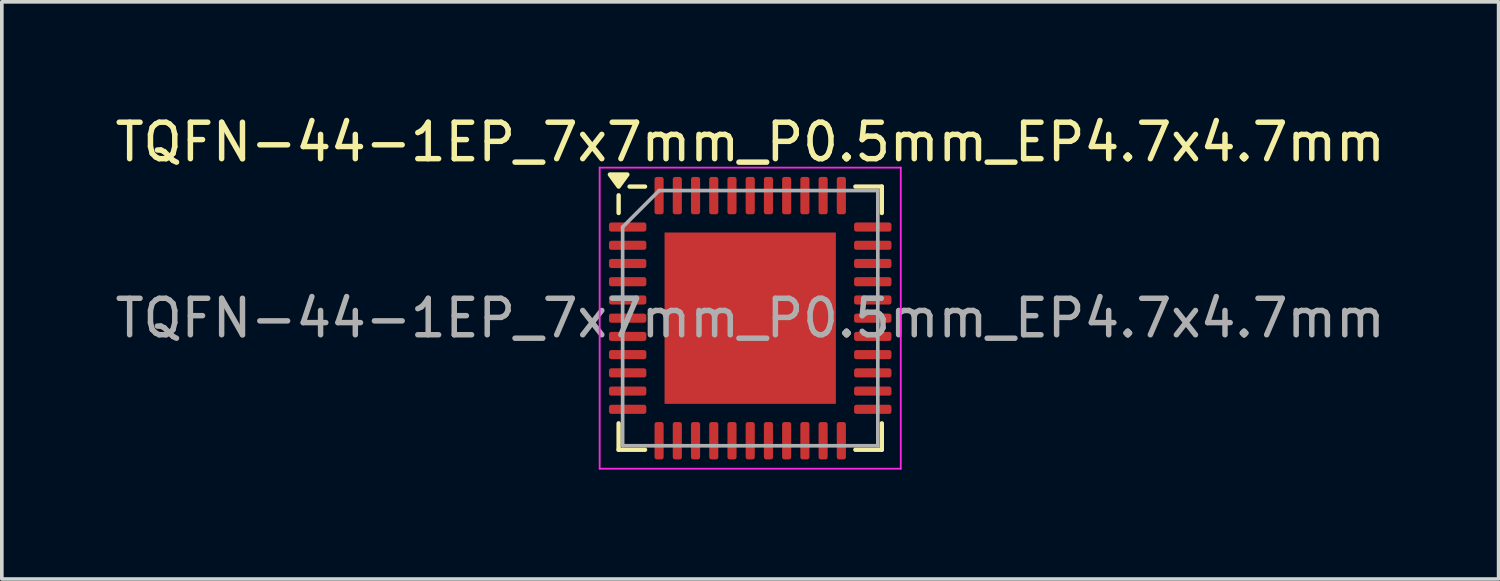
<source format=kicad_pcb>
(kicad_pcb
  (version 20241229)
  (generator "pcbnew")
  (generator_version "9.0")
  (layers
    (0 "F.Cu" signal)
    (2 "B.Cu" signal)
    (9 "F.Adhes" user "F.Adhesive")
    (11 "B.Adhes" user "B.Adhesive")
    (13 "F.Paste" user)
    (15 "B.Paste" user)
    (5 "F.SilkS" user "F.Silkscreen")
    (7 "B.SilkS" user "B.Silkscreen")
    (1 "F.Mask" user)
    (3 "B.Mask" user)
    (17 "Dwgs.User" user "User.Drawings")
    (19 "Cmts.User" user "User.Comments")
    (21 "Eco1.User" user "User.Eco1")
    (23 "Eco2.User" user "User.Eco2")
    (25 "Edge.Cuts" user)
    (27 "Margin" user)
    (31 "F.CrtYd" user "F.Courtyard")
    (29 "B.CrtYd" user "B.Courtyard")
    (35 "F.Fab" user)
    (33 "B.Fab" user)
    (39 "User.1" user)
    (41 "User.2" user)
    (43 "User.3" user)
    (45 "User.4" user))
  (footprint "TQFN-44-1EP_7x7mm_P0.5mm_EP4.7x4.7mm"
    (layer "F.Cu")
    (at 17.53 5.678)
    (property "Reference" "TQFN-44-1EP_7x7mm_P0.5mm_EP4.7x4.7mm" (at 0 -4.83 0) (layer "F.SilkS") (effects (font (size 1 1) (thickness 0.15))))
    (attr smd)
    (fp_line (start -3.61 -2.885) (end -3.61 -3.37) (stroke (width 0.12) (type solid)) (layer "F.SilkS"))
    (fp_line (start -3.61 3.61) (end -3.61 2.885) (stroke (width 0.12) (type solid)) (layer "F.SilkS"))
    (fp_line (start -2.885 -3.61) (end -3.31 -3.61) (stroke (width 0.12) (type solid)) (layer "F.SilkS"))
    (fp_line (start -2.885 3.61) (end -3.61 3.61) (stroke (width 0.12) (type solid)) (layer "F.SilkS"))
    (fp_line (start 2.885 -3.61) (end 3.61 -3.61) (stroke (width 0.12) (type solid)) (layer "F.SilkS"))
    (fp_line (start 2.885 3.61) (end 3.61 3.61) (stroke (width 0.12) (type solid)) (layer "F.SilkS"))
    (fp_line (start 3.61 -3.61) (end 3.61 -2.885) (stroke (width 0.12) (type solid)) (layer "F.SilkS"))
    (fp_line (start 3.61 3.61) (end 3.61 2.885) (stroke (width 0.12) (type solid)) (layer "F.SilkS"))
    (fp_poly (pts (xy -3.61 -3.61) (xy -3.85 -3.94) (xy -3.37 -3.94) (xy -3.61 -3.61)) (stroke (width 0.12) (type solid)) (fill yes) (layer "F.SilkS"))
    (fp_line (start -4.13 -4.13) (end -4.13 4.13) (stroke (width 0.05) (type solid)) (layer "F.CrtYd"))
    (fp_line (start -4.13 4.13) (end 4.13 4.13) (stroke (width 0.05) (type solid)) (layer "F.CrtYd"))
    (fp_line (start 4.13 -4.13) (end -4.13 -4.13) (stroke (width 0.05) (type solid)) (layer "F.CrtYd"))
    (fp_line (start 4.13 4.13) (end 4.13 -4.13) (stroke (width 0.05) (type solid)) (layer "F.CrtYd"))
    (fp_line (start -3.5 -2.5) (end -2.5 -3.5) (stroke (width 0.1) (type solid)) (layer "F.Fab"))
    (fp_line (start -3.5 3.5) (end -3.5 -2.5) (stroke (width 0.1) (type solid)) (layer "F.Fab"))
    (fp_line (start -2.5 -3.5) (end 3.5 -3.5) (stroke (width 0.1) (type solid)) (layer "F.Fab"))
    (fp_line (start 3.5 -3.5) (end 3.5 3.5) (stroke (width 0.1) (type solid)) (layer "F.Fab"))
    (fp_line (start 3.5 3.5) (end -3.5 3.5) (stroke (width 0.1) (type solid)) (layer "F.Fab"))
    (fp_text user "${REFERENCE}" (at 0 0 0) (layer "F.Fab") (effects (font (size 1 1) (thickness 0.15))))
    (pad "" smd roundrect (at -1.57 -1.57) (size 1.26 1.26) (layers "F.Paste") (roundrect_rratio 0.198))
    (pad "" smd roundrect (at -1.57 0) (size 1.26 1.26) (layers "F.Paste") (roundrect_rratio 0.198))
    (pad "" smd roundrect (at -1.57 1.57) (size 1.26 1.26) (layers "F.Paste") (roundrect_rratio 0.198))
    (pad "" smd roundrect (at 0 -1.57) (size 1.26 1.26) (layers "F.Paste") (roundrect_rratio 0.198))
    (pad "" smd roundrect (at 0 0) (size 1.26 1.26) (layers "F.Paste") (roundrect_rratio 0.198))
    (pad "" smd roundrect (at 0 1.57) (size 1.26 1.26) (layers "F.Paste") (roundrect_rratio 0.198))
    (pad "" smd roundrect (at 1.57 -1.57) (size 1.26 1.26) (layers "F.Paste") (roundrect_rratio 0.198))
    (pad "" smd roundrect (at 1.57 0) (size 1.26 1.26) (layers "F.Paste") (roundrect_rratio 0.198))
    (pad "" smd roundrect (at 1.57 1.57) (size 1.26 1.26) (layers "F.Paste") (roundrect_rratio 0.198))
    (pad "1" smd roundrect (at -3.362 -2.5) (size 1.025 0.25) (layers "F.Cu" "F.Mask" "F.Paste") (roundrect_rratio 0.25))
    (pad "2" smd roundrect (at -3.362 -2) (size 1.025 0.25) (layers "F.Cu" "F.Mask" "F.Paste") (roundrect_rratio 0.25))
    (pad "3" smd roundrect (at -3.362 -1.5) (size 1.025 0.25) (layers "F.Cu" "F.Mask" "F.Paste") (roundrect_rratio 0.25))
    (pad "4" smd roundrect (at -3.362 -1) (size 1.025 0.25) (layers "F.Cu" "F.Mask" "F.Paste") (roundrect_rratio 0.25))
    (pad "5" smd roundrect (at -3.362 -0.5) (size 1.025 0.25) (layers "F.Cu" "F.Mask" "F.Paste") (roundrect_rratio 0.25))
    (pad "6" smd roundrect (at -3.362 0) (size 1.025 0.25) (layers "F.Cu" "F.Mask" "F.Paste") (roundrect_rratio 0.25))
    (pad "7" smd roundrect (at -3.362 0.5) (size 1.025 0.25) (layers "F.Cu" "F.Mask" "F.Paste") (roundrect_rratio 0.25))
    (pad "8" smd roundrect (at -3.362 1) (size 1.025 0.25) (layers "F.Cu" "F.Mask" "F.Paste") (roundrect_rratio 0.25))
    (pad "9" smd roundrect (at -3.362 1.5) (size 1.025 0.25) (layers "F.Cu" "F.Mask" "F.Paste") (roundrect_rratio 0.25))
    (pad "10" smd roundrect (at -3.362 2) (size 1.025 0.25) (layers "F.Cu" "F.Mask" "F.Paste") (roundrect_rratio 0.25))
    (pad "11" smd roundrect (at -3.362 2.5) (size 1.025 0.25) (layers "F.Cu" "F.Mask" "F.Paste") (roundrect_rratio 0.25))
    (pad "12" smd roundrect (at -2.5 3.362) (size 0.25 1.025) (layers "F.Cu" "F.Mask" "F.Paste") (roundrect_rratio 0.25))
    (pad "13" smd roundrect (at -2 3.362) (size 0.25 1.025) (layers "F.Cu" "F.Mask" "F.Paste") (roundrect_rratio 0.25))
    (pad "14" smd roundrect (at -1.5 3.362) (size 0.25 1.025) (layers "F.Cu" "F.Mask" "F.Paste") (roundrect_rratio 0.25))
    (pad "15" smd roundrect (at -1 3.362) (size 0.25 1.025) (layers "F.Cu" "F.Mask" "F.Paste") (roundrect_rratio 0.25))
    (pad "16" smd roundrect (at -0.5 3.362) (size 0.25 1.025) (layers "F.Cu" "F.Mask" "F.Paste") (roundrect_rratio 0.25))
    (pad "17" smd roundrect (at 0 3.362) (size 0.25 1.025) (layers "F.Cu" "F.Mask" "F.Paste") (roundrect_rratio 0.25))
    (pad "18" smd roundrect (at 0.5 3.362) (size 0.25 1.025) (layers "F.Cu" "F.Mask" "F.Paste") (roundrect_rratio 0.25))
    (pad "19" smd roundrect (at 1 3.362) (size 0.25 1.025) (layers "F.Cu" "F.Mask" "F.Paste") (roundrect_rratio 0.25))
    (pad "20" smd roundrect (at 1.5 3.362) (size 0.25 1.025) (layers "F.Cu" "F.Mask" "F.Paste") (roundrect_rratio 0.25))
    (pad "21" smd roundrect (at 2 3.362) (size 0.25 1.025) (layers "F.Cu" "F.Mask" "F.Paste") (roundrect_rratio 0.25))
    (pad "22" smd roundrect (at 2.5 3.362) (size 0.25 1.025) (layers "F.Cu" "F.Mask" "F.Paste") (roundrect_rratio 0.25))
    (pad "23" smd roundrect (at 3.362 2.5) (size 1.025 0.25) (layers "F.Cu" "F.Mask" "F.Paste") (roundrect_rratio 0.25))
    (pad "24" smd roundrect (at 3.362 2) (size 1.025 0.25) (layers "F.Cu" "F.Mask" "F.Paste") (roundrect_rratio 0.25))
    (pad "25" smd roundrect (at 3.362 1.5) (size 1.025 0.25) (layers "F.Cu" "F.Mask" "F.Paste") (roundrect_rratio 0.25))
    (pad "26" smd roundrect (at 3.362 1) (size 1.025 0.25) (layers "F.Cu" "F.Mask" "F.Paste") (roundrect_rratio 0.25))
    (pad "27" smd roundrect (at 3.362 0.5) (size 1.025 0.25) (layers "F.Cu" "F.Mask" "F.Paste") (roundrect_rratio 0.25))
    (pad "28" smd roundrect (at 3.362 0) (size 1.025 0.25) (layers "F.Cu" "F.Mask" "F.Paste") (roundrect_rratio 0.25))
    (pad "29" smd roundrect (at 3.362 -0.5) (size 1.025 0.25) (layers "F.Cu" "F.Mask" "F.Paste") (roundrect_rratio 0.25))
    (pad "30" smd roundrect (at 3.362 -1) (size 1.025 0.25) (layers "F.Cu" "F.Mask" "F.Paste") (roundrect_rratio 0.25))
    (pad "31" smd roundrect (at 3.362 -1.5) (size 1.025 0.25) (layers "F.Cu" "F.Mask" "F.Paste") (roundrect_rratio 0.25))
    (pad "32" smd roundrect (at 3.362 -2) (size 1.025 0.25) (layers "F.Cu" "F.Mask" "F.Paste") (roundrect_rratio 0.25))
    (pad "33" smd roundrect (at 3.362 -2.5) (size 1.025 0.25) (layers "F.Cu" "F.Mask" "F.Paste") (roundrect_rratio 0.25))
    (pad "34" smd roundrect (at 2.5 -3.362) (size 0.25 1.025) (layers "F.Cu" "F.Mask" "F.Paste") (roundrect_rratio 0.25))
    (pad "35" smd roundrect (at 2 -3.362) (size 0.25 1.025) (layers "F.Cu" "F.Mask" "F.Paste") (roundrect_rratio 0.25))
    (pad "36" smd roundrect (at 1.5 -3.362) (size 0.25 1.025) (layers "F.Cu" "F.Mask" "F.Paste") (roundrect_rratio 0.25))
    (pad "37" smd roundrect (at 1 -3.362) (size 0.25 1.025) (layers "F.Cu" "F.Mask" "F.Paste") (roundrect_rratio 0.25))
    (pad "38" smd roundrect (at 0.5 -3.362) (size 0.25 1.025) (layers "F.Cu" "F.Mask" "F.Paste") (roundrect_rratio 0.25))
    (pad "39" smd roundrect (at 0 -3.362) (size 0.25 1.025) (layers "F.Cu" "F.Mask" "F.Paste") (roundrect_rratio 0.25))
    (pad "40" smd roundrect (at -0.5 -3.362) (size 0.25 1.025) (layers "F.Cu" "F.Mask" "F.Paste") (roundrect_rratio 0.25))
    (pad "41" smd roundrect (at -1 -3.362) (size 0.25 1.025) (layers "F.Cu" "F.Mask" "F.Paste") (roundrect_rratio 0.25))
    (pad "42" smd roundrect (at -1.5 -3.362) (size 0.25 1.025) (layers "F.Cu" "F.Mask" "F.Paste") (roundrect_rratio 0.25))
    (pad "43" smd roundrect (at -2 -3.362) (size 0.25 1.025) (layers "F.Cu" "F.Mask" "F.Paste") (roundrect_rratio 0.25))
    (pad "44" smd roundrect (at -2.5 -3.362) (size 0.25 1.025) (layers "F.Cu" "F.Mask" "F.Paste") (roundrect_rratio 0.25))
    (pad "45" smd rect (at 0 0) (size 4.7 4.7) (property pad_prop_heatsink) (layers "F.Cu" "F.Mask")))
  (gr_rect
    (start -3 -3)
    (end 38.06 12.833)
    (stroke (width 0.1) (type default))
    (fill no)
    (layer "Edge.Cuts")))
</source>
